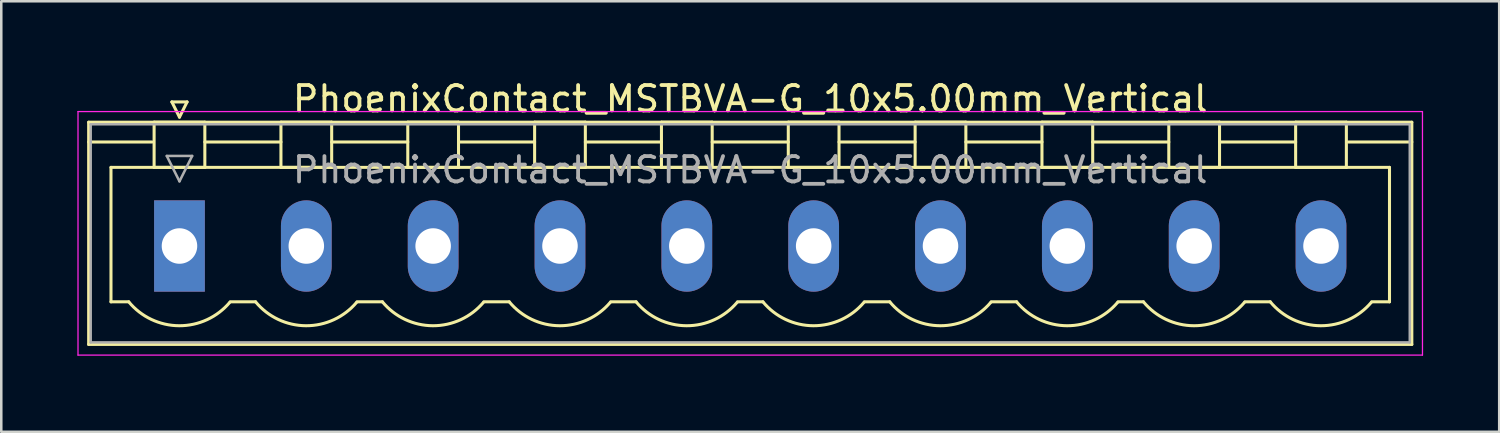
<source format=kicad_pcb>
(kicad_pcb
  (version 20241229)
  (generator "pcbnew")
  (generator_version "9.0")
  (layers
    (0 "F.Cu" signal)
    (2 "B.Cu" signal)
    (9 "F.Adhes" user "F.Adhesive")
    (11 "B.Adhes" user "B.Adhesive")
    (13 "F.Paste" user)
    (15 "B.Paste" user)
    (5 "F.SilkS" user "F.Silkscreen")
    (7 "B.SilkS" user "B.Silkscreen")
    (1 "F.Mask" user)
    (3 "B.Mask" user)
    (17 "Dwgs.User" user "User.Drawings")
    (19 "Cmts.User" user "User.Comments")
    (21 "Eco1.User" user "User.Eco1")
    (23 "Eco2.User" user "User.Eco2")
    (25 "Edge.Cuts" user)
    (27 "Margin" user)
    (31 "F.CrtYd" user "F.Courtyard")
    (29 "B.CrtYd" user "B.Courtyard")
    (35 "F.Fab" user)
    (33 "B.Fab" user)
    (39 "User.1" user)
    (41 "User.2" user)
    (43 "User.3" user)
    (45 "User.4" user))
  (footprint "PhoenixContact_MSTBVA-G_10x5.00mm_Vertical"
    (layer "F.Cu")
    (at 4.025 6.648)
    (property "Reference" "PhoenixContact_MSTBVA-G_10x5.00mm_Vertical" (at 22.5 -5.8 0) (layer "F.SilkS") (effects (font (size 1 1) (thickness 0.15))))
    (attr through_hole)
    (fp_line (start -3.58 -4.88) (end -3.58 3.88) (stroke (width 0.12) (type solid)) (layer "F.SilkS"))
    (fp_line (start -3.58 -4.1) (end -1.08 -4.1) (stroke (width 0.12) (type solid)) (layer "F.SilkS"))
    (fp_line (start -3.58 3.88) (end 48.58 3.88) (stroke (width 0.12) (type solid)) (layer "F.SilkS"))
    (fp_line (start -2.7 -3.1) (end 47.7 -3.1) (stroke (width 0.12) (type solid)) (layer "F.SilkS"))
    (fp_line (start -2.7 2.2) (end -2.7 -3.1) (stroke (width 0.12) (type solid)) (layer "F.SilkS"))
    (fp_line (start -2 2.2) (end -2.7 2.2) (stroke (width 0.12) (type solid)) (layer "F.SilkS"))
    (fp_line (start -1 -4.88) (end 1 -4.88) (stroke (width 0.12) (type solid)) (layer "F.SilkS"))
    (fp_line (start -1 -3.1) (end -1 -4.88) (stroke (width 0.12) (type solid)) (layer "F.SilkS"))
    (fp_line (start -0.3 -5.68) (end 0.3 -5.68) (stroke (width 0.12) (type solid)) (layer "F.SilkS"))
    (fp_line (start 0 -5.08) (end -0.3 -5.68) (stroke (width 0.12) (type solid)) (layer "F.SilkS"))
    (fp_line (start 0.3 -5.68) (end 0 -5.08) (stroke (width 0.12) (type solid)) (layer "F.SilkS"))
    (fp_line (start 1 -4.88) (end 1 -3.1) (stroke (width 0.12) (type solid)) (layer "F.SilkS"))
    (fp_line (start 1 -4.1) (end 4 -4.1) (stroke (width 0.12) (type solid)) (layer "F.SilkS"))
    (fp_line (start 1 -3.1) (end -1 -3.1) (stroke (width 0.12) (type solid)) (layer "F.SilkS"))
    (fp_line (start 2 2.2) (end 3 2.2) (stroke (width 0.12) (type solid)) (layer "F.SilkS"))
    (fp_line (start 4 -4.88) (end 6 -4.88) (stroke (width 0.12) (type solid)) (layer "F.SilkS"))
    (fp_line (start 4 -3.1) (end 4 -4.88) (stroke (width 0.12) (type solid)) (layer "F.SilkS"))
    (fp_line (start 6 -4.88) (end 6 -3.1) (stroke (width 0.12) (type solid)) (layer "F.SilkS"))
    (fp_line (start 6 -4.1) (end 9 -4.1) (stroke (width 0.12) (type solid)) (layer "F.SilkS"))
    (fp_line (start 6 -3.1) (end 4 -3.1) (stroke (width 0.12) (type solid)) (layer "F.SilkS"))
    (fp_line (start 7 2.2) (end 8 2.2) (stroke (width 0.12) (type solid)) (layer "F.SilkS"))
    (fp_line (start 9 -4.88) (end 11 -4.88) (stroke (width 0.12) (type solid)) (layer "F.SilkS"))
    (fp_line (start 9 -3.1) (end 9 -4.88) (stroke (width 0.12) (type solid)) (layer "F.SilkS"))
    (fp_line (start 11 -4.88) (end 11 -3.1) (stroke (width 0.12) (type solid)) (layer "F.SilkS"))
    (fp_line (start 11 -4.1) (end 14 -4.1) (stroke (width 0.12) (type solid)) (layer "F.SilkS"))
    (fp_line (start 11 -3.1) (end 9 -3.1) (stroke (width 0.12) (type solid)) (layer "F.SilkS"))
    (fp_line (start 12 2.2) (end 13 2.2) (stroke (width 0.12) (type solid)) (layer "F.SilkS"))
    (fp_line (start 14 -4.88) (end 16 -4.88) (stroke (width 0.12) (type solid)) (layer "F.SilkS"))
    (fp_line (start 14 -3.1) (end 14 -4.88) (stroke (width 0.12) (type solid)) (layer "F.SilkS"))
    (fp_line (start 16 -4.88) (end 16 -3.1) (stroke (width 0.12) (type solid)) (layer "F.SilkS"))
    (fp_line (start 16 -4.1) (end 19 -4.1) (stroke (width 0.12) (type solid)) (layer "F.SilkS"))
    (fp_line (start 16 -3.1) (end 14 -3.1) (stroke (width 0.12) (type solid)) (layer "F.SilkS"))
    (fp_line (start 17 2.2) (end 18 2.2) (stroke (width 0.12) (type solid)) (layer "F.SilkS"))
    (fp_line (start 19 -4.88) (end 21 -4.88) (stroke (width 0.12) (type solid)) (layer "F.SilkS"))
    (fp_line (start 19 -3.1) (end 19 -4.88) (stroke (width 0.12) (type solid)) (layer "F.SilkS"))
    (fp_line (start 21 -4.88) (end 21 -3.1) (stroke (width 0.12) (type solid)) (layer "F.SilkS"))
    (fp_line (start 21 -4.1) (end 24 -4.1) (stroke (width 0.12) (type solid)) (layer "F.SilkS"))
    (fp_line (start 21 -3.1) (end 19 -3.1) (stroke (width 0.12) (type solid)) (layer "F.SilkS"))
    (fp_line (start 22 2.2) (end 23 2.2) (stroke (width 0.12) (type solid)) (layer "F.SilkS"))
    (fp_line (start 24 -4.88) (end 26 -4.88) (stroke (width 0.12) (type solid)) (layer "F.SilkS"))
    (fp_line (start 24 -3.1) (end 24 -4.88) (stroke (width 0.12) (type solid)) (layer "F.SilkS"))
    (fp_line (start 26 -4.88) (end 26 -3.1) (stroke (width 0.12) (type solid)) (layer "F.SilkS"))
    (fp_line (start 26 -4.1) (end 29 -4.1) (stroke (width 0.12) (type solid)) (layer "F.SilkS"))
    (fp_line (start 26 -3.1) (end 24 -3.1) (stroke (width 0.12) (type solid)) (layer "F.SilkS"))
    (fp_line (start 27 2.2) (end 28 2.2) (stroke (width 0.12) (type solid)) (layer "F.SilkS"))
    (fp_line (start 29 -4.88) (end 31 -4.88) (stroke (width 0.12) (type solid)) (layer "F.SilkS"))
    (fp_line (start 29 -3.1) (end 29 -4.88) (stroke (width 0.12) (type solid)) (layer "F.SilkS"))
    (fp_line (start 31 -4.88) (end 31 -3.1) (stroke (width 0.12) (type solid)) (layer "F.SilkS"))
    (fp_line (start 31 -4.1) (end 34 -4.1) (stroke (width 0.12) (type solid)) (layer "F.SilkS"))
    (fp_line (start 31 -3.1) (end 29 -3.1) (stroke (width 0.12) (type solid)) (layer "F.SilkS"))
    (fp_line (start 32 2.2) (end 33 2.2) (stroke (width 0.12) (type solid)) (layer "F.SilkS"))
    (fp_line (start 34 -4.88) (end 36 -4.88) (stroke (width 0.12) (type solid)) (layer "F.SilkS"))
    (fp_line (start 34 -3.1) (end 34 -4.88) (stroke (width 0.12) (type solid)) (layer "F.SilkS"))
    (fp_line (start 36 -4.88) (end 36 -3.1) (stroke (width 0.12) (type solid)) (layer "F.SilkS"))
    (fp_line (start 36 -4.1) (end 39 -4.1) (stroke (width 0.12) (type solid)) (layer "F.SilkS"))
    (fp_line (start 36 -3.1) (end 34 -3.1) (stroke (width 0.12) (type solid)) (layer "F.SilkS"))
    (fp_line (start 37 2.2) (end 38 2.2) (stroke (width 0.12) (type solid)) (layer "F.SilkS"))
    (fp_line (start 39 -4.88) (end 41 -4.88) (stroke (width 0.12) (type solid)) (layer "F.SilkS"))
    (fp_line (start 39 -3.1) (end 39 -4.88) (stroke (width 0.12) (type solid)) (layer "F.SilkS"))
    (fp_line (start 41 -4.88) (end 41 -3.1) (stroke (width 0.12) (type solid)) (layer "F.SilkS"))
    (fp_line (start 41 -4.1) (end 44 -4.1) (stroke (width 0.12) (type solid)) (layer "F.SilkS"))
    (fp_line (start 41 -3.1) (end 39 -3.1) (stroke (width 0.12) (type solid)) (layer "F.SilkS"))
    (fp_line (start 42 2.2) (end 43 2.2) (stroke (width 0.12) (type solid)) (layer "F.SilkS"))
    (fp_line (start 44 -4.88) (end 46 -4.88) (stroke (width 0.12) (type solid)) (layer "F.SilkS"))
    (fp_line (start 44 -3.1) (end 44 -4.88) (stroke (width 0.12) (type solid)) (layer "F.SilkS"))
    (fp_line (start 46 -4.88) (end 46 -3.1) (stroke (width 0.12) (type solid)) (layer "F.SilkS"))
    (fp_line (start 46 -3.1) (end 44 -3.1) (stroke (width 0.12) (type solid)) (layer "F.SilkS"))
    (fp_line (start 47.7 -3.1) (end 47.7 2.2) (stroke (width 0.12) (type solid)) (layer "F.SilkS"))
    (fp_line (start 47.7 2.2) (end 47 2.2) (stroke (width 0.12) (type solid)) (layer "F.SilkS"))
    (fp_line (start 48.58 -4.88) (end -3.58 -4.88) (stroke (width 0.12) (type solid)) (layer "F.SilkS"))
    (fp_line (start 48.58 -4.1) (end 46.08 -4.1) (stroke (width 0.12) (type solid)) (layer "F.SilkS"))
    (fp_line (start 48.58 3.88) (end 48.58 -4.88) (stroke (width 0.12) (type solid)) (layer "F.SilkS"))
    (fp_arc (start 1.986842 2.215821) (mid -0.010289 3.142758) (end -2 2.2) (stroke (width 0.12) (type solid)) (layer "F.SilkS"))
    (fp_arc (start 6.986842 2.215821) (mid 4.989711 3.142758) (end 3 2.2) (stroke (width 0.12) (type solid)) (layer "F.SilkS"))
    (fp_arc (start 11.986842 2.215821) (mid 9.989711 3.142758) (end 8 2.2) (stroke (width 0.12) (type solid)) (layer "F.SilkS"))
    (fp_arc (start 16.986842 2.215821) (mid 14.989711 3.142758) (end 13 2.2) (stroke (width 0.12) (type solid)) (layer "F.SilkS"))
    (fp_arc (start 21.986842 2.215821) (mid 19.989711 3.142758) (end 18 2.2) (stroke (width 0.12) (type solid)) (layer "F.SilkS"))
    (fp_arc (start 26.986842 2.215821) (mid 24.989711 3.142758) (end 23 2.2) (stroke (width 0.12) (type solid)) (layer "F.SilkS"))
    (fp_arc (start 31.986842 2.215821) (mid 29.989711 3.142758) (end 28 2.2) (stroke (width 0.12) (type solid)) (layer "F.SilkS"))
    (fp_arc (start 36.986842 2.215821) (mid 34.989711 3.142758) (end 33 2.2) (stroke (width 0.12) (type solid)) (layer "F.SilkS"))
    (fp_arc (start 41.986842 2.215821) (mid 39.989711 3.142758) (end 38 2.2) (stroke (width 0.12) (type solid)) (layer "F.SilkS"))
    (fp_arc (start 46.986842 2.215821) (mid 44.989711 3.142758) (end 43 2.2) (stroke (width 0.12) (type solid)) (layer "F.SilkS"))
    (fp_line (start -4 -5.3) (end -4 4.3) (stroke (width 0.05) (type solid)) (layer "F.CrtYd"))
    (fp_line (start -4 4.3) (end 49 4.3) (stroke (width 0.05) (type solid)) (layer "F.CrtYd"))
    (fp_line (start 49 -5.3) (end -4 -5.3) (stroke (width 0.05) (type solid)) (layer "F.CrtYd"))
    (fp_line (start 49 4.3) (end 49 -5.3) (stroke (width 0.05) (type solid)) (layer "F.CrtYd"))
    (fp_line (start -3.5 -4.8) (end -3.5 3.8) (stroke (width 0.1) (type solid)) (layer "F.Fab"))
    (fp_line (start -3.5 3.8) (end 48.5 3.8) (stroke (width 0.1) (type solid)) (layer "F.Fab"))
    (fp_line (start -0.5 -3.55) (end 0.5 -3.55) (stroke (width 0.1) (type solid)) (layer "F.Fab"))
    (fp_line (start 0 -2.55) (end -0.5 -3.55) (stroke (width 0.1) (type solid)) (layer "F.Fab"))
    (fp_line (start 0.5 -3.55) (end 0 -2.55) (stroke (width 0.1) (type solid)) (layer "F.Fab"))
    (fp_line (start 48.5 -4.8) (end -3.5 -4.8) (stroke (width 0.1) (type solid)) (layer "F.Fab"))
    (fp_line (start 48.5 3.8) (end 48.5 -4.8) (stroke (width 0.1) (type solid)) (layer "F.Fab"))
    (fp_text user "${REFERENCE}" (at 22.5 -3 0) (layer "F.Fab") (effects (font (size 1 1) (thickness 0.15))))
    (pad "1" thru_hole rect (at 0 0) (size 2 3.6) (drill 1.4) (layers "*.Cu" "*.Mask"))
    (pad "2" thru_hole oval (at 5 0) (size 2 3.6) (drill 1.4) (layers "*.Cu" "*.Mask"))
    (pad "3" thru_hole oval (at 10 0) (size 2 3.6) (drill 1.4) (layers "*.Cu" "*.Mask"))
    (pad "4" thru_hole oval (at 15 0) (size 2 3.6) (drill 1.4) (layers "*.Cu" "*.Mask"))
    (pad "5" thru_hole oval (at 20 0) (size 2 3.6) (drill 1.4) (layers "*.Cu" "*.Mask"))
    (pad "6" thru_hole oval (at 25 0) (size 2 3.6) (drill 1.4) (layers "*.Cu" "*.Mask"))
    (pad "7" thru_hole oval (at 30 0) (size 2 3.6) (drill 1.4) (layers "*.Cu" "*.Mask"))
    (pad "8" thru_hole oval (at 35 0) (size 2 3.6) (drill 1.4) (layers "*.Cu" "*.Mask"))
    (pad "9" thru_hole oval (at 40 0) (size 2 3.6) (drill 1.4) (layers "*.Cu" "*.Mask"))
    (pad "10" thru_hole oval (at 45 0) (size 2 3.6) (drill 1.4) (layers "*.Cu" "*.Mask")))
  (gr_rect
    (start -3 -3)
    (end 56.05 13.973)
    (stroke (width 0.1) (type default))
    (fill no)
    (layer "Edge.Cuts")))
</source>
